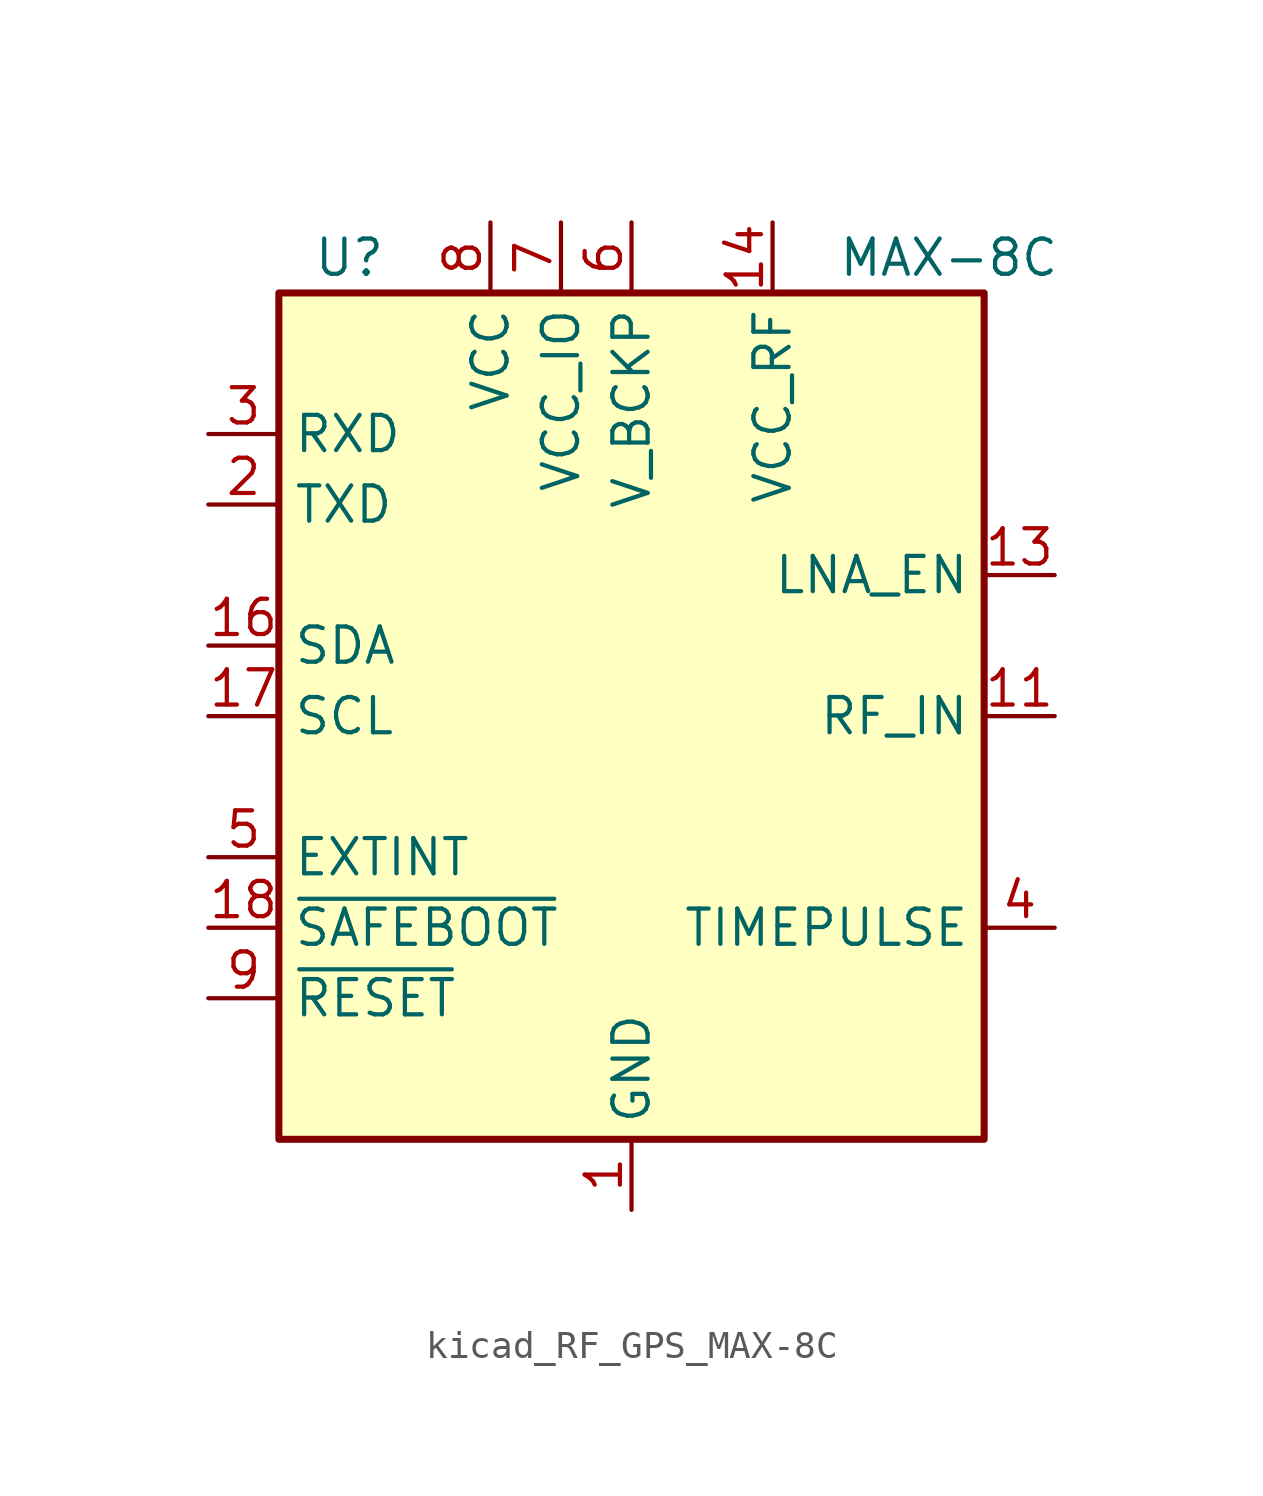
<source format=kicad_sym>
(kicad_symbol_lib
  (version 20220914)
  (generator kicad_symbol_editor)
  (symbol "kicad_RF_GPS_MAX-8C"
    (property "Reference" "U"
      (at -10.16 16.51 0)
      (effects (font (size 1.27 1.27))))
    (property "Value" "MAX-8C"
      (at 11.43 16.51 0)
      (effects (font (size 1.27 1.27))))
    (symbol "kicad_RF_GPS_MAX-8C_0_1"
      (rectangle (start 12.7 15.24) (end -12.7 -15.24) (stroke (width 0.254) (type default)) (fill (type background))))
    (symbol "kicad_RF_GPS_MAX-8C_1_1"
      (pin power_in line (at 0 -17.78 90) (length 2.54) (name "GND" (effects (font (size 1.27 1.27)))) (number "1" (effects (font (size 1.27 1.27)))))
      (pin passive line (at 0 -17.78 90) (length 2.54) hide (name "GND" (effects (font (size 1.27 1.27)))) (number "10" (effects (font (size 1.27 1.27)))))
      (pin input line (at 15.24 0 180) (length 2.54) (name "RF_IN" (effects (font (size 1.27 1.27)))) (number "11" (effects (font (size 1.27 1.27)))))
      (pin passive line (at 0 -17.78 90) (length 2.54) hide (name "GND" (effects (font (size 1.27 1.27)))) (number "12" (effects (font (size 1.27 1.27)))))
      (pin output line (at 15.24 5.08 180) (length 2.54) (name "LNA_EN" (effects (font (size 1.27 1.27)))) (number "13" (effects (font (size 1.27 1.27)))))
      (pin power_out line (at 5.08 17.78 270) (length 2.54) (name "VCC_RF" (effects (font (size 1.27 1.27)))) (number "14" (effects (font (size 1.27 1.27)))))
      (pin no_connect line (at 12.7 -5.08 180) (length 2.54) hide (name "Reserved" (effects (font (size 1.27 1.27)))) (number "15" (effects (font (size 1.27 1.27)))))
      (pin bidirectional line (at -15.24 2.54 0) (length 2.54) (name "SDA" (effects (font (size 1.27 1.27)))) (number "16" (effects (font (size 1.27 1.27)))))
      (pin input line (at -15.24 0 0) (length 2.54) (name "SCL" (effects (font (size 1.27 1.27)))) (number "17" (effects (font (size 1.27 1.27)))))
      (pin input line (at -15.24 -7.62 0) (length 2.54) (name "~{SAFEBOOT}" (effects (font (size 1.27 1.27)))) (number "18" (effects (font (size 1.27 1.27)))))
      (pin output line (at -15.24 7.62 0) (length 2.54) (name "TXD" (effects (font (size 1.27 1.27)))) (number "2" (effects (font (size 1.27 1.27)))))
      (pin input line (at -15.24 10.16 0) (length 2.54) (name "RXD" (effects (font (size 1.27 1.27)))) (number "3" (effects (font (size 1.27 1.27)))))
      (pin output line (at 15.24 -7.62 180) (length 2.54) (name "TIMEPULSE" (effects (font (size 1.27 1.27)))) (number "4" (effects (font (size 1.27 1.27)))))
      (pin input line (at -15.24 -5.08 0) (length 2.54) (name "EXTINT" (effects (font (size 1.27 1.27)))) (number "5" (effects (font (size 1.27 1.27)))))
      (pin power_in line (at 0 17.78 270) (length 2.54) (name "V_BCKP" (effects (font (size 1.27 1.27)))) (number "6" (effects (font (size 1.27 1.27)))))
      (pin power_in line (at -2.54 17.78 270) (length 2.54) (name "VCC_IO" (effects (font (size 1.27 1.27)))) (number "7" (effects (font (size 1.27 1.27)))))
      (pin power_in line (at -5.08 17.78 270) (length 2.54) (name "VCC" (effects (font (size 1.27 1.27)))) (number "8" (effects (font (size 1.27 1.27)))))
      (pin input line (at -15.24 -10.16 0) (length 2.54) (name "~{RESET}" (effects (font (size 1.27 1.27)))) (number "9" (effects (font (size 1.27 1.27))))))))
</source>
